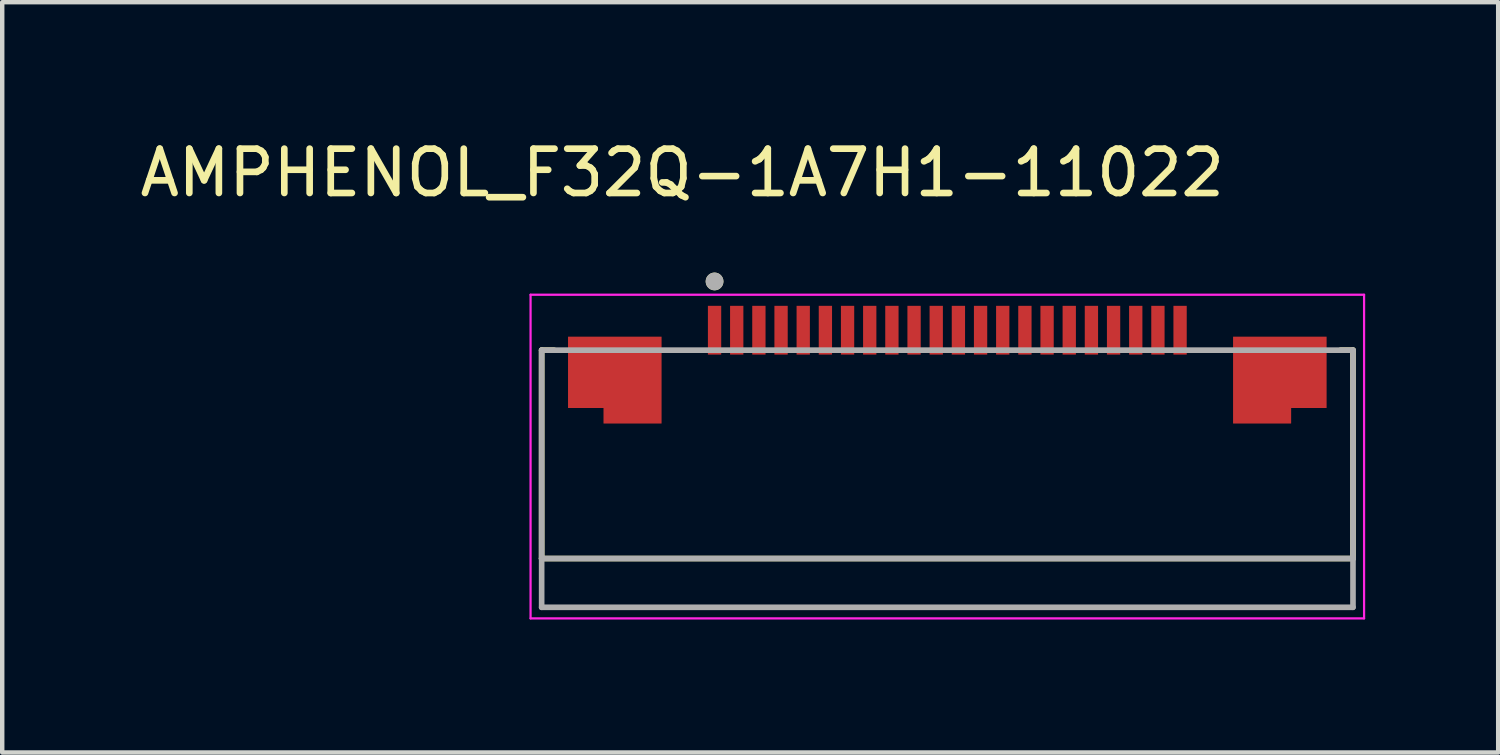
<source format=kicad_pcb>
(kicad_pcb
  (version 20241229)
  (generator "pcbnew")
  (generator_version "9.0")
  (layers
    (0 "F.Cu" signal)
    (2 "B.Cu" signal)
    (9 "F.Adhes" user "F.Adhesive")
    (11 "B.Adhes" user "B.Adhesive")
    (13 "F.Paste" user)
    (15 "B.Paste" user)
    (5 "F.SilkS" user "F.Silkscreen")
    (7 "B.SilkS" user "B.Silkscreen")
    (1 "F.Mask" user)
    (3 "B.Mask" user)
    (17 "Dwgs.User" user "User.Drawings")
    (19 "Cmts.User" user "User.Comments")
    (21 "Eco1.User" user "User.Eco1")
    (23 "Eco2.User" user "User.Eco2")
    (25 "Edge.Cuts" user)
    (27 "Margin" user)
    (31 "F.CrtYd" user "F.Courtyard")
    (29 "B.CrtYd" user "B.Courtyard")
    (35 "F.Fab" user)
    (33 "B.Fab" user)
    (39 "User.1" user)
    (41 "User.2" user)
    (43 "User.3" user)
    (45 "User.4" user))
  (footprint "AMPHENOL_F32Q-1A7H1-11022"
    (layer "F.Cu")
    (at 18.317 7.198)
    (property "Reference" "AMPHENOL_F32Q-1A7H1-11022" (at -5.978 -6.35 0) (layer "F.SilkS") (effects (font (size 1 1) (thickness 0.15))))
    (attr smd)
    (fp_poly (pts (xy -8.65 -0.95) (xy -7.85 -0.95) (xy -7.85 -0.6) (xy -6.35 -0.6) (xy -6.35 -2.75) (xy -8.65 -2.75)) (stroke (width 0.01) (type solid)) (fill yes) (layer "F.Mask"))
    (fp_poly (pts (xy 6.35 -0.6) (xy 7.85 -0.6) (xy 7.85 -0.95) (xy 8.65 -0.95) (xy 8.65 -2.75) (xy 6.35 -2.75)) (stroke (width 0.01) (type solid)) (fill yes) (layer "F.Mask"))
    (fp_line (start -9.15 -2.35) (end -9.15 2.35) (stroke (width 0.127) (type solid)) (layer "F.SilkS"))
    (fp_line (start -9.15 2.35) (end 9.15 2.35) (stroke (width 0.127) (type solid)) (layer "F.SilkS"))
    (fp_line (start -8.87 -2.35) (end -9.15 -2.35) (stroke (width 0.127) (type solid)) (layer "F.SilkS"))
    (fp_line (start 9.15 -2.35) (end 8.87 -2.35) (stroke (width 0.127) (type solid)) (layer "F.SilkS"))
    (fp_line (start 9.15 2.35) (end 9.15 -2.35) (stroke (width 0.127) (type solid)) (layer "F.SilkS"))
    (fp_circle (center -5.25 -3.9) (end -5.15 -3.9) (stroke (width 0.2) (type solid)) (fill no) (layer "F.SilkS"))
    (fp_poly (pts (xy -8.55 -1.05) (xy -7.75 -1.05) (xy -7.75 -0.7) (xy -6.45 -0.7) (xy -6.45 -2.65) (xy -8.55 -2.65)) (stroke (width 0.01) (type solid)) (fill yes) (layer "F.Paste"))
    (fp_poly (pts (xy 7.75 -0.7) (xy 6.45 -0.7) (xy 6.45 -2.65) (xy 8.55 -2.65) (xy 8.55 -1.05) (xy 7.75 -1.05)) (stroke (width 0.01) (type solid)) (fill yes) (layer "F.Paste"))
    (fp_line (start -9.4 -3.6) (end -9.4 3.7) (stroke (width 0.05) (type solid)) (layer "F.CrtYd"))
    (fp_line (start -9.4 3.7) (end 9.4 3.7) (stroke (width 0.05) (type solid)) (layer "F.CrtYd"))
    (fp_line (start 9.4 -3.6) (end -9.4 -3.6) (stroke (width 0.05) (type solid)) (layer "F.CrtYd"))
    (fp_line (start 9.4 3.7) (end 9.4 -3.6) (stroke (width 0.05) (type solid)) (layer "F.CrtYd"))
    (fp_line (start -9.15 -2.35) (end -9.15 2.35) (stroke (width 0.127) (type solid)) (layer "F.Fab"))
    (fp_line (start -9.15 2.35) (end 9.15 2.35) (stroke (width 0.127) (type solid)) (layer "F.Fab"))
    (fp_line (start -9.15 3.45) (end -9.15 2.35) (stroke (width 0.127) (type solid)) (layer "F.Fab"))
    (fp_line (start -9.15 3.45) (end 9.15 3.45) (stroke (width 0.127) (type solid)) (layer "F.Fab"))
    (fp_line (start 9.15 -2.35) (end -9.15 -2.35) (stroke (width 0.127) (type solid)) (layer "F.Fab"))
    (fp_line (start 9.15 2.35) (end 9.15 -2.35) (stroke (width 0.127) (type solid)) (layer "F.Fab"))
    (fp_line (start 9.15 2.35) (end 9.15 3.45) (stroke (width 0.127) (type solid)) (layer "F.Fab"))
    (fp_circle (center -5.25 -3.9) (end -5.15 -3.9) (stroke (width 0.2) (type solid)) (fill no) (layer "F.Fab"))
    (pad "1" smd rect (at -5.25 -2.8) (size 0.3 1.1) (layers "F.Cu" "F.Mask" "F.Paste"))
    (pad "2" smd rect (at -4.75 -2.8) (size 0.3 1.1) (layers "F.Cu" "F.Mask" "F.Paste"))
    (pad "3" smd rect (at -4.25 -2.8) (size 0.3 1.1) (layers "F.Cu" "F.Mask" "F.Paste"))
    (pad "4" smd rect (at -3.75 -2.8) (size 0.3 1.1) (layers "F.Cu" "F.Mask" "F.Paste"))
    (pad "5" smd rect (at -3.25 -2.8) (size 0.3 1.1) (layers "F.Cu" "F.Mask" "F.Paste"))
    (pad "6" smd rect (at -2.75 -2.8) (size 0.3 1.1) (layers "F.Cu" "F.Mask" "F.Paste"))
    (pad "7" smd rect (at -2.25 -2.8) (size 0.3 1.1) (layers "F.Cu" "F.Mask" "F.Paste"))
    (pad "8" smd rect (at -1.75 -2.8) (size 0.3 1.1) (layers "F.Cu" "F.Mask" "F.Paste"))
    (pad "9" smd rect (at -1.25 -2.8) (size 0.3 1.1) (layers "F.Cu" "F.Mask" "F.Paste"))
    (pad "10" smd rect (at -0.75 -2.8) (size 0.3 1.1) (layers "F.Cu" "F.Mask" "F.Paste"))
    (pad "11" smd rect (at -0.25 -2.8) (size 0.3 1.1) (layers "F.Cu" "F.Mask" "F.Paste"))
    (pad "12" smd rect (at 0.25 -2.8) (size 0.3 1.1) (layers "F.Cu" "F.Mask" "F.Paste"))
    (pad "13" smd rect (at 0.75 -2.8) (size 0.3 1.1) (layers "F.Cu" "F.Mask" "F.Paste"))
    (pad "14" smd rect (at 1.25 -2.8) (size 0.3 1.1) (layers "F.Cu" "F.Mask" "F.Paste"))
    (pad "15" smd rect (at 1.75 -2.8) (size 0.3 1.1) (layers "F.Cu" "F.Mask" "F.Paste"))
    (pad "16" smd rect (at 2.25 -2.8) (size 0.3 1.1) (layers "F.Cu" "F.Mask" "F.Paste"))
    (pad "17" smd rect (at 2.75 -2.8) (size 0.3 1.1) (layers "F.Cu" "F.Mask" "F.Paste"))
    (pad "18" smd rect (at 3.25 -2.8) (size 0.3 1.1) (layers "F.Cu" "F.Mask" "F.Paste"))
    (pad "19" smd rect (at 3.75 -2.8) (size 0.3 1.1) (layers "F.Cu" "F.Mask" "F.Paste"))
    (pad "20" smd rect (at 4.25 -2.8) (size 0.3 1.1) (layers "F.Cu" "F.Mask" "F.Paste"))
    (pad "21" smd rect (at 4.75 -2.8) (size 0.3 1.1) (layers "F.Cu" "F.Mask" "F.Paste"))
    (pad "22" smd rect (at 5.25 -2.8) (size 0.3 1.1) (layers "F.Cu" "F.Mask" "F.Paste"))
    (pad "SH1" smd custom (at -7.5 -1.8) (size 1 1) (layers "F.Cu") (options (anchor rect)) (primitives (gr_poly (pts (xy -1.05 -0.85) (xy 1.05 -0.85) (xy 1.05 1.1) (xy -0.25 1.1) (xy -0.25 0.75) (xy -1.05 0.75)) (width 0.01) (fill yes))))
    (pad "SH2" smd custom (at 7.5 -1.8) (size 1 1) (layers "F.Cu") (options (anchor rect)) (primitives (gr_poly (pts (xy -1.05 -0.85) (xy -1.05 1.1) (xy 0.25 1.1) (xy 0.25 0.75) (xy 1.05 0.75) (xy 1.05 -0.85)) (width 0.01) (fill yes)))))
  (gr_rect
    (start -3 -3)
    (end 30.742 13.923)
    (stroke (width 0.1) (type default))
    (fill no)
    (layer "Edge.Cuts")))
</source>
